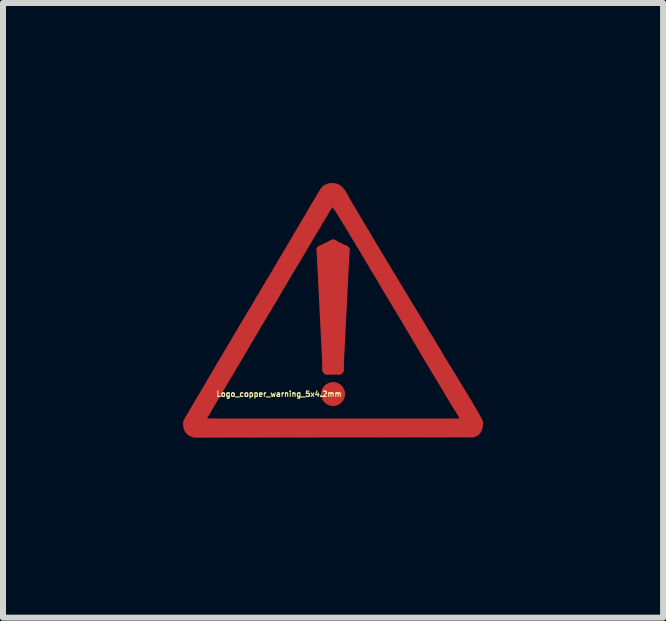
<source format=kicad_pcb>
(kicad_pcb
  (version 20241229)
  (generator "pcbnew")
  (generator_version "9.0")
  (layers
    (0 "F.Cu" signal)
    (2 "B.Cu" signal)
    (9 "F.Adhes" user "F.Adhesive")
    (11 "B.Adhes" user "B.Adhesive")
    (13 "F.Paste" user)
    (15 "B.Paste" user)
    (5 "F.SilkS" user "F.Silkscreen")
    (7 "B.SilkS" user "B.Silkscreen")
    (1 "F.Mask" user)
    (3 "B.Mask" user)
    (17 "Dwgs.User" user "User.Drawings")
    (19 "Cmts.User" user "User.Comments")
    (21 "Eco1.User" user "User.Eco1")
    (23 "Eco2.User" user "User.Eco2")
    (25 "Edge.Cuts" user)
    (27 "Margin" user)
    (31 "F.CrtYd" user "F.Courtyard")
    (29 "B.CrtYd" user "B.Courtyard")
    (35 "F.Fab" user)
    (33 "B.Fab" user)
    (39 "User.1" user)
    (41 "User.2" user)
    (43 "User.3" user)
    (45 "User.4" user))
  (footprint "Logo_copper_warning_5x4.2mm"
    (layer "F.Cu")
    (at 2.501 2.117)
    (property "Reference" "Logo_copper_warning_5x4.2mm" (at -0.9 1.4 0) (layer "F.SilkS") (effects (font (size 0.089 0.089) (thickness 0.018))))
    (attr exclude_from_pos_files exclude_from_bom)
    (fp_line (start -0.2 -1) (end -0.1 1) (stroke (width 0.15) (type solid)) (layer "F.Cu"))
    (fp_line (start -0.2 -1) (end 0 -1.1) (stroke (width 0.15) (type solid)) (layer "F.Cu"))
    (fp_line (start -0.1 1) (end -0.1 -1) (stroke (width 0.15) (type solid)) (layer "F.Cu"))
    (fp_line (start -0.1 1) (end 0.1 1) (stroke (width 0.15) (type solid)) (layer "F.Cu"))
    (fp_line (start 0 -1.1) (end 0.2 -1) (stroke (width 0.15) (type solid)) (layer "F.Cu"))
    (fp_line (start 0 -1) (end 0 1) (stroke (width 0.15) (type solid)) (layer "F.Cu"))
    (fp_line (start 0.1 1) (end 0.1 -1) (stroke (width 0.15) (type solid)) (layer "F.Cu"))
    (fp_line (start 0.1 1) (end 0.2 -1) (stroke (width 0.15) (type solid)) (layer "F.Cu"))
    (fp_line (start 0.2 -1) (end -0.2 -1) (stroke (width 0.15) (type solid)) (layer "F.Cu"))
    (fp_circle (center 0 1.4) (end -0.1 1.4) (stroke (width 0.2) (type solid)) (fill no) (layer "F.Cu"))
    (fp_poly (pts (xy 2.499 1.859) (xy 2.497 1.91) (xy 2.492 1.958) (xy 2.479 2.004) (xy 2.459 2.042) (xy 2.449 2.057) (xy 2.436 2.07) (xy 2.423 2.083) (xy 2.405 2.093) (xy 2.388 2.103) (xy 2.344 2.121) (xy 2.111 2.121) (xy 2.111 1.803) (xy 2.106 1.796) (xy 2.098 1.783) (xy 2.088 1.765) (xy 2.073 1.742) (xy 2.065 1.73) (xy 2.055 1.714) (xy 2.05 1.704) (xy 2.042 1.692) (xy 2.035 1.681) (xy 2.027 1.671) (xy 2.019 1.659) (xy 2.012 1.646) (xy 2.002 1.628) (xy 1.989 1.608) (xy 1.976 1.585) (xy 1.958 1.557) (xy 1.938 1.524) (xy 1.915 1.486) (xy 1.887 1.44) (xy 1.857 1.387) (xy 1.824 1.331) (xy 1.793 1.283) (xy 1.768 1.237) (xy 1.742 1.196) (xy 1.72 1.158) (xy 1.699 1.123) (xy 1.681 1.095) (xy 1.669 1.074) (xy 1.659 1.059) (xy 1.654 1.052) (xy 1.648 1.041) (xy 1.638 1.024) (xy 1.626 1.003) (xy 1.61 0.975) (xy 1.593 0.947) (xy 1.585 0.932) (xy 1.562 0.897) (xy 1.539 0.859) (xy 1.514 0.818) (xy 1.494 0.78) (xy 1.473 0.747) (xy 1.473 0.744) (xy 1.453 0.714) (xy 1.435 0.681) (xy 1.417 0.65) (xy 1.4 0.625) (xy 1.389 0.605) (xy 1.377 0.584) (xy 1.359 0.556) (xy 1.341 0.526) (xy 1.323 0.493) (xy 1.303 0.46) (xy 1.283 0.424) (xy 1.26 0.386) (xy 1.234 0.343) (xy 1.209 0.302) (xy 1.189 0.267) (xy 1.168 0.234) (xy 1.146 0.193) (xy 1.12 0.15) (xy 1.095 0.107) (xy 1.069 0.066) (xy 1.059 0.048) (xy 1.036 0.01) (xy 1.011 -0.028) (xy 0.986 -0.071) (xy 0.963 -0.112) (xy 0.94 -0.15) (xy 0.932 -0.165) (xy 0.914 -0.193) (xy 0.897 -0.221) (xy 0.884 -0.244) (xy 0.871 -0.264) (xy 0.864 -0.277) (xy 0.864 -0.279) (xy 0.856 -0.29) (xy 0.846 -0.307) (xy 0.833 -0.328) (xy 0.818 -0.353) (xy 0.808 -0.371) (xy 0.792 -0.399) (xy 0.777 -0.422) (xy 0.765 -0.442) (xy 0.757 -0.457) (xy 0.752 -0.465) (xy 0.747 -0.475) (xy 0.737 -0.49) (xy 0.724 -0.513) (xy 0.709 -0.538) (xy 0.691 -0.566) (xy 0.683 -0.579) (xy 0.663 -0.615) (xy 0.638 -0.655) (xy 0.612 -0.699) (xy 0.587 -0.742) (xy 0.566 -0.78) (xy 0.564 -0.78) (xy 0.546 -0.81) (xy 0.528 -0.841) (xy 0.513 -0.866) (xy 0.5 -0.889) (xy 0.49 -0.904) (xy 0.488 -0.909) (xy 0.478 -0.925) (xy 0.465 -0.947) (xy 0.447 -0.978) (xy 0.427 -1.013) (xy 0.401 -1.052) (xy 0.376 -1.097) (xy 0.348 -1.143) (xy 0.318 -1.191) (xy 0.287 -1.242) (xy 0.259 -1.29) (xy 0.229 -1.339) (xy 0.201 -1.387) (xy 0.173 -1.43) (xy 0.15 -1.471) (xy 0.127 -1.506) (xy 0.109 -1.537) (xy 0.107 -1.539) (xy 0.086 -1.572) (xy 0.066 -1.603) (xy 0.048 -1.633) (xy 0.03 -1.659) (xy 0.013 -1.681) (xy 0.003 -1.699) (xy -0.005 -1.712) (xy -0.01 -1.717) (xy -0.013 -1.712) (xy -0.02 -1.699) (xy -0.033 -1.681) (xy -0.051 -1.654) (xy -0.071 -1.621) (xy -0.094 -1.58) (xy -0.122 -1.534) (xy -0.152 -1.486) (xy -0.185 -1.43) (xy -0.218 -1.372) (xy -0.257 -1.308) (xy -0.295 -1.245) (xy -0.335 -1.176) (xy -0.356 -1.14) (xy -0.363 -1.13) (xy -0.376 -1.11) (xy -0.389 -1.087) (xy -0.406 -1.057) (xy -0.424 -1.026) (xy -0.445 -0.993) (xy -0.528 -0.851) (xy -0.61 -0.714) (xy -0.688 -0.584) (xy -0.762 -0.457) (xy -0.836 -0.333) (xy -0.907 -0.211) (xy -0.927 -0.175) (xy -0.947 -0.145) (xy -0.965 -0.114) (xy -0.98 -0.086) (xy -0.996 -0.064) (xy -1.006 -0.046) (xy -1.008 -0.041) (xy -1.016 -0.028) (xy -1.029 -0.005) (xy -1.044 0.018) (xy -1.062 0.048) (xy -1.082 0.081) (xy -1.095 0.104) (xy -1.115 0.137) (xy -1.133 0.168) (xy -1.151 0.198) (xy -1.166 0.224) (xy -1.179 0.241) (xy -1.184 0.251) (xy -1.194 0.269) (xy -1.209 0.292) (xy -1.224 0.32) (xy -1.24 0.345) (xy -1.242 0.351) (xy -1.265 0.391) (xy -1.29 0.432) (xy -1.313 0.472) (xy -1.336 0.513) (xy -1.359 0.546) (xy -1.374 0.574) (xy -1.382 0.584) (xy -1.394 0.607) (xy -1.407 0.63) (xy -1.417 0.648) (xy -1.42 0.65) (xy -1.425 0.663) (xy -1.438 0.683) (xy -1.455 0.711) (xy -1.476 0.747) (xy -1.501 0.79) (xy -1.532 0.841) (xy -1.565 0.899) (xy -1.603 0.96) (xy -1.643 1.031) (xy -1.689 1.105) (xy -1.689 1.107) (xy -1.712 1.148) (xy -1.737 1.189) (xy -1.763 1.232) (xy -1.786 1.273) (xy -1.808 1.311) (xy -1.821 1.331) (xy -1.841 1.364) (xy -1.859 1.397) (xy -1.88 1.43) (xy -1.895 1.458) (xy -1.91 1.481) (xy -1.913 1.483) (xy -1.925 1.509) (xy -1.941 1.532) (xy -1.951 1.552) (xy -1.961 1.567) (xy -1.981 1.603) (xy -2.002 1.636) (xy -2.022 1.671) (xy -2.04 1.704) (xy -2.057 1.732) (xy -2.073 1.758) (xy -2.085 1.778) (xy -2.093 1.793) (xy -2.098 1.798) (xy -2.103 1.806) (xy -2.103 1.808) (xy -2.098 1.808) (xy -2.083 1.808) (xy -2.06 1.808) (xy -2.027 1.808) (xy -1.984 1.808) (xy -1.933 1.811) (xy -1.877 1.811) (xy -1.811 1.811) (xy -1.737 1.811) (xy -1.656 1.811) (xy -1.57 1.811) (xy -1.476 1.811) (xy -1.377 1.811) (xy -1.27 1.811) (xy -1.158 1.811) (xy -1.044 1.811) (xy -0.922 1.811) (xy -0.798 1.811) (xy -0.668 1.811) (xy -0.536 1.811) (xy -0.399 1.811) (xy -0.259 1.811) (xy -0.114 1.811) (xy 0.005 1.811) (xy 0.178 1.811) (xy 0.343 1.811) (xy 0.495 1.811) (xy 0.64 1.811) (xy 0.777 1.811) (xy 0.904 1.811) (xy 1.024 1.811) (xy 1.135 1.811) (xy 1.24 1.811) (xy 1.336 1.811) (xy 1.425 1.811) (xy 1.506 1.811) (xy 1.582 1.811) (xy 1.651 1.811) (xy 1.712 1.811) (xy 1.77 1.811) (xy 1.821 1.811) (xy 1.867 1.811) (xy 1.908 1.811) (xy 1.943 1.811) (xy 1.976 1.811) (xy 2.004 1.808) (xy 2.027 1.808) (xy 2.047 1.808) (xy 2.062 1.808) (xy 2.078 1.808) (xy 2.088 1.808) (xy 2.095 1.806) (xy 2.103 1.806) (xy 2.106 1.806) (xy 2.108 1.806) (xy 2.111 1.803) (xy 2.111 2.121) (xy 0.01 2.123) (xy -2.322 2.126) (xy -2.365 2.108) (xy -2.408 2.088) (xy -2.441 2.06) (xy -2.466 2.029) (xy -2.484 1.991) (xy -2.494 1.946) (xy -2.499 1.9) (xy -2.499 1.885) (xy -2.497 1.875) (xy -2.497 1.864) (xy -2.494 1.852) (xy -2.489 1.839) (xy -2.482 1.824) (xy -2.469 1.803) (xy -2.456 1.778) (xy -2.436 1.748) (xy -2.426 1.73) (xy -2.41 1.702) (xy -2.393 1.674) (xy -2.38 1.648) (xy -2.367 1.631) (xy -2.36 1.618) (xy -2.352 1.6) (xy -2.337 1.577) (xy -2.322 1.549) (xy -2.304 1.519) (xy -2.283 1.483) (xy -2.263 1.45) (xy -2.243 1.417) (xy -2.24 1.412) (xy -2.228 1.392) (xy -2.215 1.369) (xy -2.197 1.341) (xy -2.179 1.311) (xy -2.162 1.28) (xy -2.141 1.247) (xy -2.118 1.206) (xy -2.095 1.166) (xy -2.073 1.128) (xy -2.057 1.102) (xy -2.04 1.072) (xy -2.019 1.036) (xy -1.999 1.003) (xy -1.981 0.973) (xy -1.968 0.95) (xy -1.953 0.925) (xy -1.935 0.894) (xy -1.915 0.861) (xy -1.895 0.828) (xy -1.877 0.795) (xy -1.857 0.765) (xy -1.839 0.732) (xy -1.819 0.699) (xy -1.803 0.673) (xy -1.791 0.65) (xy -1.783 0.638) (xy -1.775 0.625) (xy -1.765 0.607) (xy -1.755 0.589) (xy -1.74 0.569) (xy -1.725 0.541) (xy -1.707 0.511) (xy -1.687 0.478) (xy -1.664 0.434) (xy -1.636 0.389) (xy -1.603 0.335) (xy -1.567 0.274) (xy -1.527 0.203) (xy -1.524 0.201) (xy -1.501 0.163) (xy -1.478 0.127) (xy -1.458 0.089) (xy -1.438 0.058) (xy -1.422 0.03) (xy -1.41 0.008) (xy -1.405 0) (xy -1.394 -0.015) (xy -1.379 -0.038) (xy -1.361 -0.069) (xy -1.341 -0.104) (xy -1.321 -0.14) (xy -1.298 -0.18) (xy -1.278 -0.213) (xy -1.234 -0.284) (xy -1.196 -0.351) (xy -1.158 -0.414) (xy -1.123 -0.475) (xy -1.09 -0.528) (xy -1.059 -0.579) (xy -1.034 -0.622) (xy -1.013 -0.655) (xy -1.003 -0.676) (xy -0.993 -0.691) (xy -0.98 -0.716) (xy -0.963 -0.744) (xy -0.94 -0.78) (xy -0.917 -0.82) (xy -0.894 -0.861) (xy -0.869 -0.904) (xy -0.848 -0.935) (xy -0.823 -0.98) (xy -0.795 -1.026) (xy -0.77 -1.069) (xy -0.744 -1.113) (xy -0.721 -1.151) (xy -0.701 -1.184) (xy -0.686 -1.212) (xy -0.678 -1.224) (xy -0.66 -1.255) (xy -0.64 -1.29) (xy -0.62 -1.326) (xy -0.599 -1.356) (xy -0.589 -1.374) (xy -0.574 -1.4) (xy -0.556 -1.433) (xy -0.536 -1.466) (xy -0.516 -1.501) (xy -0.5 -1.527) (xy -0.462 -1.587) (xy -0.432 -1.643) (xy -0.401 -1.694) (xy -0.376 -1.737) (xy -0.356 -1.773) (xy -0.338 -1.801) (xy -0.328 -1.821) (xy -0.32 -1.831) (xy -0.312 -1.844) (xy -0.3 -1.864) (xy -0.287 -1.887) (xy -0.272 -1.913) (xy -0.269 -1.918) (xy -0.246 -1.958) (xy -0.226 -1.989) (xy -0.211 -2.014) (xy -0.196 -2.035) (xy -0.183 -2.05) (xy -0.17 -2.062) (xy -0.155 -2.073) (xy -0.14 -2.083) (xy -0.122 -2.09) (xy -0.099 -2.098) (xy -0.097 -2.101) (xy -0.074 -2.108) (xy -0.058 -2.113) (xy -0.043 -2.116) (xy -0.028 -2.116) (xy -0.005 -2.116) (xy 0.036 -2.111) (xy 0.074 -2.101) (xy 0.112 -2.083) (xy 0.145 -2.057) (xy 0.175 -2.024) (xy 0.206 -1.984) (xy 0.236 -1.933) (xy 0.251 -1.902) (xy 0.259 -1.89) (xy 0.269 -1.869) (xy 0.284 -1.841) (xy 0.302 -1.811) (xy 0.325 -1.775) (xy 0.348 -1.735) (xy 0.371 -1.694) (xy 0.396 -1.654) (xy 0.422 -1.61) (xy 0.445 -1.57) (xy 0.467 -1.534) (xy 0.475 -1.521) (xy 0.488 -1.499) (xy 0.503 -1.473) (xy 0.521 -1.443) (xy 0.541 -1.41) (xy 0.561 -1.377) (xy 0.561 -1.374) (xy 0.589 -1.331) (xy 0.62 -1.278) (xy 0.655 -1.219) (xy 0.693 -1.153) (xy 0.739 -1.079) (xy 0.787 -0.998) (xy 0.838 -0.914) (xy 0.892 -0.823) (xy 0.95 -0.726) (xy 1.011 -0.625) (xy 1.074 -0.521) (xy 1.14 -0.411) (xy 1.209 -0.297) (xy 1.278 -0.183) (xy 1.349 -0.066) (xy 1.42 0.051) (xy 1.438 0.081) (xy 1.471 0.135) (xy 1.504 0.191) (xy 1.542 0.251) (xy 1.577 0.312) (xy 1.615 0.376) (xy 1.654 0.437) (xy 1.692 0.498) (xy 1.725 0.556) (xy 1.758 0.61) (xy 1.788 0.658) (xy 1.814 0.701) (xy 1.826 0.726) (xy 1.869 0.798) (xy 1.908 0.861) (xy 1.943 0.917) (xy 1.976 0.97) (xy 2.004 1.021) (xy 2.035 1.067) (xy 2.062 1.113) (xy 2.09 1.158) (xy 2.118 1.206) (xy 2.146 1.252) (xy 2.197 1.333) (xy 2.243 1.41) (xy 2.283 1.476) (xy 2.322 1.539) (xy 2.352 1.593) (xy 2.383 1.643) (xy 2.408 1.689) (xy 2.431 1.73) (xy 2.451 1.768) (xy 2.469 1.798) (xy 2.499 1.859)) (stroke (width 0.003) (type solid)) (fill yes) (layer "F.Cu")))
  (gr_rect
    (start -3 -3)
    (end 8.001 7.244)
    (stroke (width 0.1) (type default))
    (fill no)
    (layer "Edge.Cuts")))
</source>
